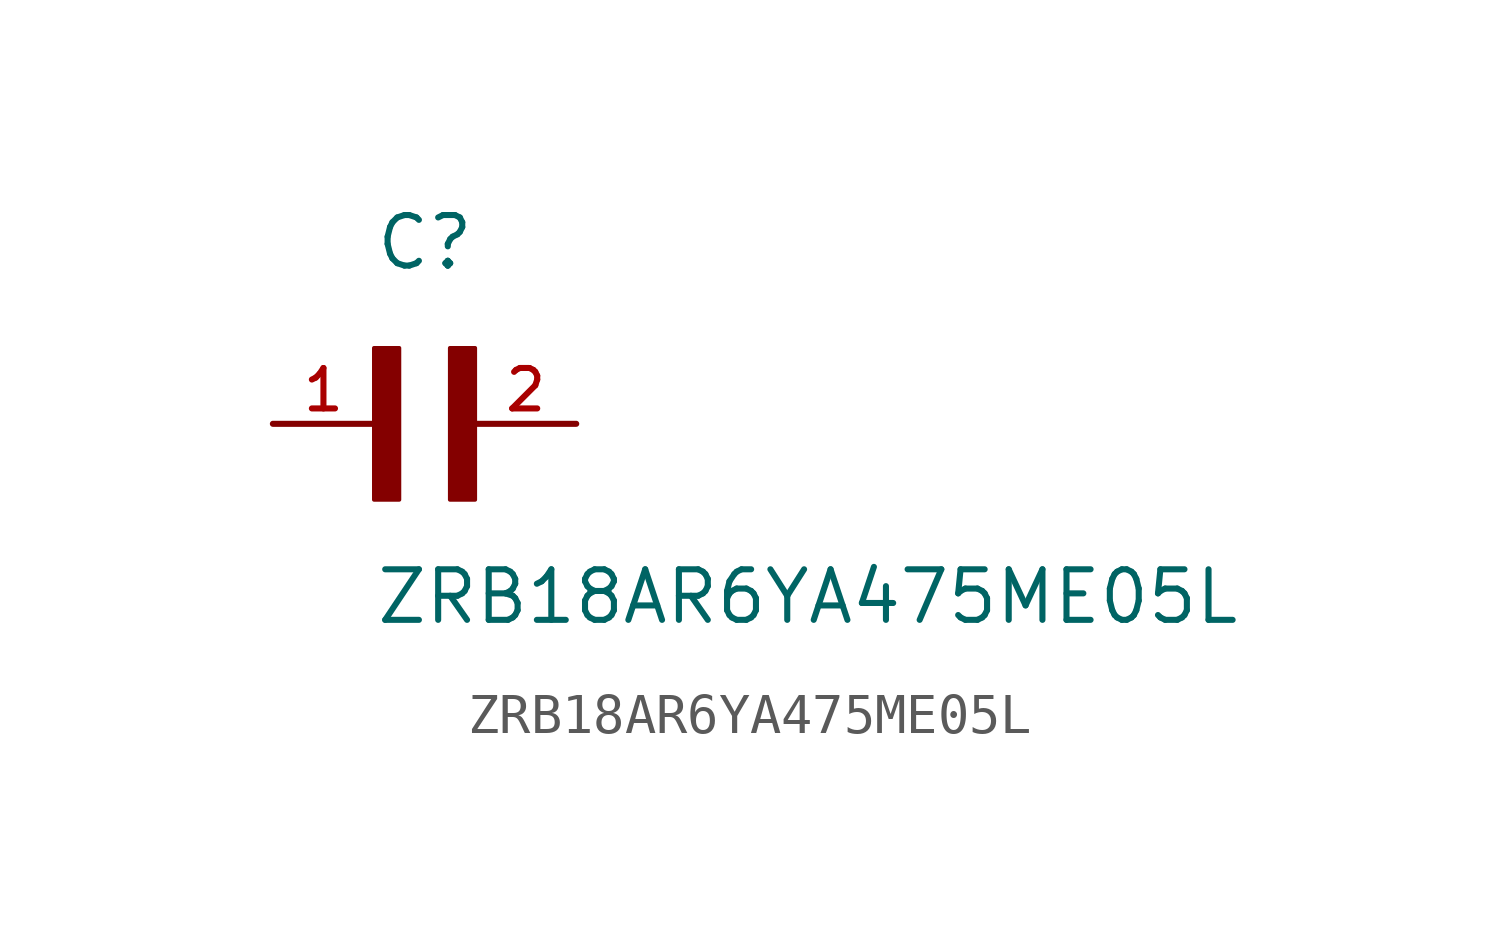
<source format=kicad_sym>
(kicad_symbol_lib
  (version 20211014)
  (generator kicad_symbol_editor)
  (symbol "ZRB18AR6YA475ME05L"
    (pin_names
      (offset 1.016))
    (property "Reference" "C"
      (at 0.0 3.811 0)
      (effects (font (size 1.27 1.27)) (justify bottom left)))
    (property "Value" "ZRB18AR6YA475ME05L"
      (at 0.0 -5.088 0)
      (effects (font (size 1.27 1.27)) (justify bottom left)))
    (symbol "ZRB18AR6YA475ME05L_0_0"
      (rectangle (start 0.0 -1.907) (end 0.635 1.905) (stroke (width 0.1)) (fill (type outline)))
      (rectangle (start 1.907 -1.907) (end 2.54 1.905) (stroke (width 0.1)) (fill (type outline)))
      (pin passive line (at 5.08 0.0 180.0) (length 2.54) (name "~" (effects (font (size 1.016 1.016)))) (number "2" (effects (font (size 1.016 1.016)))))
      (pin passive line (at -2.54 0.0 0) (length 2.54) (name "~" (effects (font (size 1.016 1.016)))) (number "1" (effects (font (size 1.016 1.016))))))))
</source>
